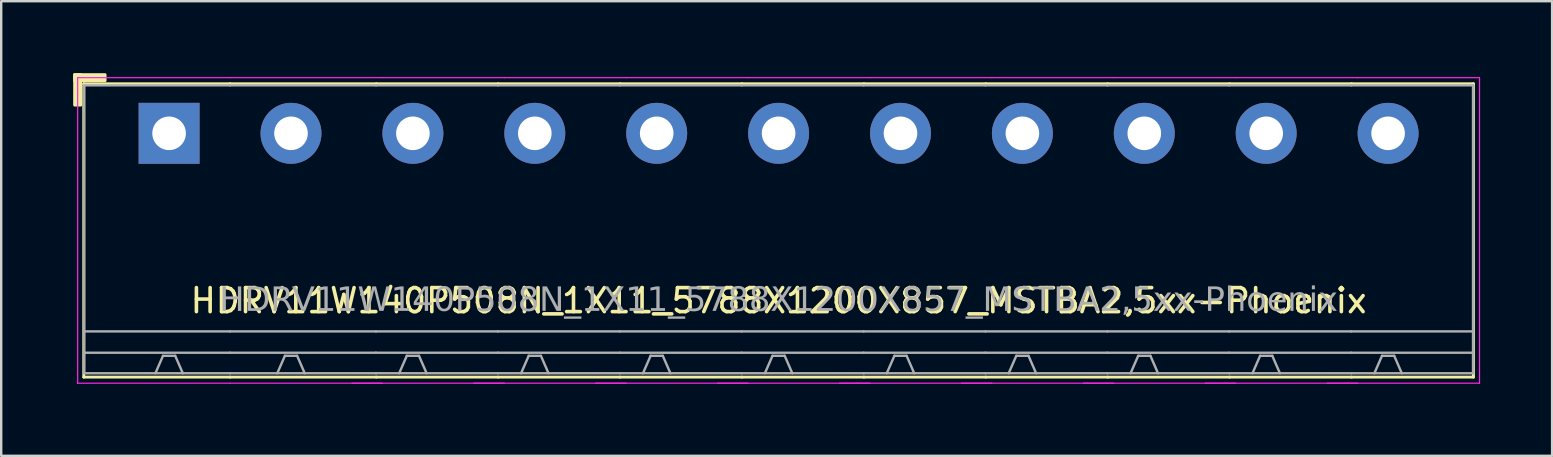
<source format=kicad_pcb>
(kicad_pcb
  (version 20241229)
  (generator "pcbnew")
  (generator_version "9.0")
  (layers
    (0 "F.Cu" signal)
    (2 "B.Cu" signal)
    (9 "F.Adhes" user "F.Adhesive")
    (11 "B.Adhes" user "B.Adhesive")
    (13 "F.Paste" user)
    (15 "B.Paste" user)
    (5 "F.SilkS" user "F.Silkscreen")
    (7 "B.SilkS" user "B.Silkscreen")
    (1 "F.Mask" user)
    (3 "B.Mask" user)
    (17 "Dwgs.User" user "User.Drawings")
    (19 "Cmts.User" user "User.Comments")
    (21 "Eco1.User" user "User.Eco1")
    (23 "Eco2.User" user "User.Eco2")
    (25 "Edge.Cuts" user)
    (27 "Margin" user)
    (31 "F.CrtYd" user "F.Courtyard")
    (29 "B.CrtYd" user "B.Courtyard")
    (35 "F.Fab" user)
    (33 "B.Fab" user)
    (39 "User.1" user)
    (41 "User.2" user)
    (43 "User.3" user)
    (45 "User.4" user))
  (footprint "HDRV11W140P508N_1X11_5788X1200X857_MSTBA2,5xx-Phoenix"
    (layer "F.Cu")
    (at 29.397 2.506)
    (property "Reference" "HDRV11W140P508N_1X11_5788X1200X857_MSTBA2,5xx-Phoenix" (at 0 6.975 0) (layer "F.SilkS") (effects (font (size 1 1) (thickness 0.15))))
    (attr through_hole)
    (fp_line (start -28.956 -2.065) (end -28.956 10.16) (stroke (width 0.12) (type solid)) (layer "F.SilkS"))
    (fp_line (start -28.956 10.16) (end -22.86 10.16) (stroke (width 0.12) (type solid)) (layer "F.SilkS"))
    (fp_line (start -22.86 -2.065) (end -28.956 -2.065) (stroke (width 0.12) (type solid)) (layer "F.SilkS"))
    (fp_line (start -22.86 -2.065) (end -16.764 -2.065) (stroke (width 0.12) (type solid)) (layer "F.SilkS"))
    (fp_line (start -16.764 -2.065) (end -11.684 -2.065) (stroke (width 0.12) (type solid)) (layer "F.SilkS"))
    (fp_line (start -16.764 10.16) (end -22.86 10.16) (stroke (width 0.12) (type solid)) (layer "F.SilkS"))
    (fp_line (start -11.684 -2.065) (end -6.604 -2.065) (stroke (width 0.12) (type solid)) (layer "F.SilkS"))
    (fp_line (start -11.684 10.16) (end -16.764 10.16) (stroke (width 0.12) (type solid)) (layer "F.SilkS"))
    (fp_line (start -6.604 -2.065) (end -1.524 -2.065) (stroke (width 0.12) (type solid)) (layer "F.SilkS"))
    (fp_line (start -6.604 10.16) (end -11.684 10.16) (stroke (width 0.12) (type solid)) (layer "F.SilkS"))
    (fp_line (start -1.524 -2.065) (end 3.556 -2.065) (stroke (width 0.12) (type solid)) (layer "F.SilkS"))
    (fp_line (start -1.524 10.16) (end -6.604 10.16) (stroke (width 0.12) (type solid)) (layer "F.SilkS"))
    (fp_line (start 3.556 -2.065) (end 8.636 -2.065) (stroke (width 0.12) (type solid)) (layer "F.SilkS"))
    (fp_line (start 3.556 10.16) (end -1.524 10.16) (stroke (width 0.12) (type solid)) (layer "F.SilkS"))
    (fp_line (start 8.636 -2.065) (end 13.716 -2.065) (stroke (width 0.12) (type solid)) (layer "F.SilkS"))
    (fp_line (start 8.636 10.16) (end 3.556 10.16) (stroke (width 0.12) (type solid)) (layer "F.SilkS"))
    (fp_line (start 13.716 -2.065) (end 18.796 -2.065) (stroke (width 0.12) (type solid)) (layer "F.SilkS"))
    (fp_line (start 13.716 10.16) (end 8.636 10.16) (stroke (width 0.12) (type solid)) (layer "F.SilkS"))
    (fp_line (start 18.796 -2.065) (end 23.876 -2.065) (stroke (width 0.12) (type solid)) (layer "F.SilkS"))
    (fp_line (start 18.796 10.16) (end 13.716 10.16) (stroke (width 0.12) (type solid)) (layer "F.SilkS"))
    (fp_line (start 23.876 -2.065) (end 28.956 -2.065) (stroke (width 0.12) (type solid)) (layer "F.SilkS"))
    (fp_line (start 23.876 10.16) (end 18.796 10.16) (stroke (width 0.12) (type solid)) (layer "F.SilkS"))
    (fp_line (start 28.956 -2.065) (end 28.956 10.16) (stroke (width 0.12) (type solid)) (layer "F.SilkS"))
    (fp_line (start 28.956 10.16) (end 23.876 10.16) (stroke (width 0.12) (type solid)) (layer "F.SilkS"))
    (fp_rect (start -29.337 -2.446) (end -29.083 -1.176) (stroke (width 0.12) (type solid)) (fill yes) (layer "F.SilkS"))
    (fp_rect (start -29.337 -2.446) (end -28.067 -2.192) (stroke (width 0.12) (type solid)) (fill yes) (layer "F.SilkS"))
    (fp_line (start -29.21 10.414) (end -29.21 -2.319) (stroke (width 0.05) (type solid)) (layer "F.CrtYd"))
    (fp_line (start -22.86 -2.319) (end -29.21 -2.319) (stroke (width 0.05) (type solid)) (layer "F.CrtYd"))
    (fp_line (start -22.86 -2.319) (end -16.51 -2.319) (stroke (width 0.05) (type solid)) (layer "F.CrtYd"))
    (fp_line (start -22.86 10.414) (end -29.21 10.414) (stroke (width 0.05) (type solid)) (layer "F.CrtYd"))
    (fp_line (start -22.86 10.414) (end -16.51 10.414) (stroke (width 0.05) (type solid)) (layer "F.CrtYd"))
    (fp_line (start -17.78 10.414) (end -11.43 10.414) (stroke (width 0.05) (type solid)) (layer "F.CrtYd"))
    (fp_line (start -16.51 -2.319) (end -11.43 -2.319) (stroke (width 0.05) (type solid)) (layer "F.CrtYd"))
    (fp_line (start -12.7 10.414) (end -6.35 10.414) (stroke (width 0.05) (type solid)) (layer "F.CrtYd"))
    (fp_line (start -11.43 -2.319) (end -6.35 -2.319) (stroke (width 0.05) (type solid)) (layer "F.CrtYd"))
    (fp_line (start -7.62 10.414) (end -1.27 10.414) (stroke (width 0.05) (type solid)) (layer "F.CrtYd"))
    (fp_line (start -6.35 -2.319) (end -1.27 -2.319) (stroke (width 0.05) (type solid)) (layer "F.CrtYd"))
    (fp_line (start -2.54 10.414) (end 3.81 10.414) (stroke (width 0.05) (type solid)) (layer "F.CrtYd"))
    (fp_line (start -1.27 -2.319) (end 3.81 -2.319) (stroke (width 0.05) (type solid)) (layer "F.CrtYd"))
    (fp_line (start 2.54 10.414) (end 8.89 10.414) (stroke (width 0.05) (type solid)) (layer "F.CrtYd"))
    (fp_line (start 3.81 -2.319) (end 8.89 -2.319) (stroke (width 0.05) (type solid)) (layer "F.CrtYd"))
    (fp_line (start 7.62 10.414) (end 13.97 10.414) (stroke (width 0.05) (type solid)) (layer "F.CrtYd"))
    (fp_line (start 8.89 -2.319) (end 13.97 -2.319) (stroke (width 0.05) (type solid)) (layer "F.CrtYd"))
    (fp_line (start 12.7 10.414) (end 19.05 10.414) (stroke (width 0.05) (type solid)) (layer "F.CrtYd"))
    (fp_line (start 13.97 -2.319) (end 19.05 -2.319) (stroke (width 0.05) (type solid)) (layer "F.CrtYd"))
    (fp_line (start 17.78 10.414) (end 24.13 10.414) (stroke (width 0.05) (type solid)) (layer "F.CrtYd"))
    (fp_line (start 19.05 -2.319) (end 24.13 -2.319) (stroke (width 0.05) (type solid)) (layer "F.CrtYd"))
    (fp_line (start 22.86 10.414) (end 29.21 10.414) (stroke (width 0.05) (type solid)) (layer "F.CrtYd"))
    (fp_line (start 24.13 -2.319) (end 29.21 -2.319) (stroke (width 0.05) (type solid)) (layer "F.CrtYd"))
    (fp_line (start 29.21 10.414) (end 29.21 -2.319) (stroke (width 0.05) (type solid)) (layer "F.CrtYd"))
    (fp_line (start -28.94 -2) (end -28.94 10) (stroke (width 0.1) (type solid)) (layer "F.Fab"))
    (fp_line (start -25.654 9.271) (end -25.971 10) (stroke (width 0.1) (type default)) (layer "F.Fab"))
    (fp_line (start -25.146 9.271) (end -25.654 9.271) (stroke (width 0.1) (type default)) (layer "F.Fab"))
    (fp_line (start -25.146 9.271) (end -24.828 10) (stroke (width 0.1) (type default)) (layer "F.Fab"))
    (fp_line (start -22.86 -2) (end -28.94 -2) (stroke (width 0.1) (type solid)) (layer "F.Fab"))
    (fp_line (start -22.86 -2) (end -16.78 -2) (stroke (width 0.1) (type solid)) (layer "F.Fab"))
    (fp_line (start -22.86 8.255) (end -28.94 8.255) (stroke (width 0.1) (type solid)) (layer "F.Fab"))
    (fp_line (start -22.86 8.255) (end -16.78 8.255) (stroke (width 0.1) (type solid)) (layer "F.Fab"))
    (fp_line (start -22.86 9.144) (end -28.94 9.144) (stroke (width 0.1) (type solid)) (layer "F.Fab"))
    (fp_line (start -22.86 9.144) (end -16.78 9.144) (stroke (width 0.1) (type solid)) (layer "F.Fab"))
    (fp_line (start -22.86 10) (end -28.94 10) (stroke (width 0.1) (type solid)) (layer "F.Fab"))
    (fp_line (start -22.86 10) (end -16.78 10) (stroke (width 0.1) (type solid)) (layer "F.Fab"))
    (fp_line (start -20.574 9.271) (end -20.892 10) (stroke (width 0.1) (type default)) (layer "F.Fab"))
    (fp_line (start -20.066 9.271) (end -20.574 9.271) (stroke (width 0.1) (type default)) (layer "F.Fab"))
    (fp_line (start -20.066 9.271) (end -19.748 10) (stroke (width 0.1) (type default)) (layer "F.Fab"))
    (fp_line (start -16.78 -2) (end -11.7 -2) (stroke (width 0.1) (type solid)) (layer "F.Fab"))
    (fp_line (start -16.78 8.255) (end -11.7 8.255) (stroke (width 0.1) (type solid)) (layer "F.Fab"))
    (fp_line (start -16.78 9.144) (end -11.7 9.144) (stroke (width 0.1) (type solid)) (layer "F.Fab"))
    (fp_line (start -16.78 10) (end -11.7 10) (stroke (width 0.1) (type solid)) (layer "F.Fab"))
    (fp_line (start -15.494 9.271) (end -15.812 10) (stroke (width 0.1) (type default)) (layer "F.Fab"))
    (fp_line (start -14.986 9.271) (end -15.494 9.271) (stroke (width 0.1) (type default)) (layer "F.Fab"))
    (fp_line (start -14.986 9.271) (end -14.668 10) (stroke (width 0.1) (type default)) (layer "F.Fab"))
    (fp_line (start -11.7 -2) (end -6.62 -2) (stroke (width 0.1) (type solid)) (layer "F.Fab"))
    (fp_line (start -11.7 8.255) (end -6.62 8.255) (stroke (width 0.1) (type solid)) (layer "F.Fab"))
    (fp_line (start -11.7 9.144) (end -6.62 9.144) (stroke (width 0.1) (type solid)) (layer "F.Fab"))
    (fp_line (start -11.7 10) (end -6.62 10) (stroke (width 0.1) (type solid)) (layer "F.Fab"))
    (fp_line (start -10.414 9.271) (end -10.732 10) (stroke (width 0.1) (type default)) (layer "F.Fab"))
    (fp_line (start -9.906 9.271) (end -10.414 9.271) (stroke (width 0.1) (type default)) (layer "F.Fab"))
    (fp_line (start -9.906 9.271) (end -9.588 10) (stroke (width 0.1) (type default)) (layer "F.Fab"))
    (fp_line (start -6.62 -2) (end -1.54 -2) (stroke (width 0.1) (type solid)) (layer "F.Fab"))
    (fp_line (start -6.62 8.255) (end -1.54 8.255) (stroke (width 0.1) (type solid)) (layer "F.Fab"))
    (fp_line (start -6.62 9.144) (end -1.54 9.144) (stroke (width 0.1) (type solid)) (layer "F.Fab"))
    (fp_line (start -6.62 10) (end -1.54 10) (stroke (width 0.1) (type solid)) (layer "F.Fab"))
    (fp_line (start -5.334 9.271) (end -5.652 10) (stroke (width 0.1) (type default)) (layer "F.Fab"))
    (fp_line (start -4.826 9.271) (end -5.334 9.271) (stroke (width 0.1) (type default)) (layer "F.Fab"))
    (fp_line (start -4.826 9.271) (end -4.508 10) (stroke (width 0.1) (type default)) (layer "F.Fab"))
    (fp_line (start -1.54 -2) (end 3.54 -2) (stroke (width 0.1) (type solid)) (layer "F.Fab"))
    (fp_line (start -1.54 8.255) (end 3.54 8.255) (stroke (width 0.1) (type solid)) (layer "F.Fab"))
    (fp_line (start -1.54 9.144) (end 3.54 9.144) (stroke (width 0.1) (type solid)) (layer "F.Fab"))
    (fp_line (start -1.54 10) (end 3.54 10) (stroke (width 0.1) (type solid)) (layer "F.Fab"))
    (fp_line (start -0.254 9.271) (end -0.572 10) (stroke (width 0.1) (type default)) (layer "F.Fab"))
    (fp_line (start 0.254 9.271) (end -0.254 9.271) (stroke (width 0.1) (type default)) (layer "F.Fab"))
    (fp_line (start 0.254 9.271) (end 0.572 10) (stroke (width 0.1) (type default)) (layer "F.Fab"))
    (fp_line (start 3.54 -2) (end 8.62 -2) (stroke (width 0.1) (type solid)) (layer "F.Fab"))
    (fp_line (start 3.54 8.255) (end 8.62 8.255) (stroke (width 0.1) (type solid)) (layer "F.Fab"))
    (fp_line (start 3.54 9.144) (end 8.62 9.144) (stroke (width 0.1) (type solid)) (layer "F.Fab"))
    (fp_line (start 3.54 10) (end 8.62 10) (stroke (width 0.1) (type solid)) (layer "F.Fab"))
    (fp_line (start 4.826 9.271) (end 4.508 10) (stroke (width 0.1) (type default)) (layer "F.Fab"))
    (fp_line (start 5.334 9.271) (end 4.826 9.271) (stroke (width 0.1) (type default)) (layer "F.Fab"))
    (fp_line (start 5.334 9.271) (end 5.652 10) (stroke (width 0.1) (type default)) (layer "F.Fab"))
    (fp_line (start 8.62 -2) (end 13.7 -2) (stroke (width 0.1) (type solid)) (layer "F.Fab"))
    (fp_line (start 8.62 8.255) (end 13.7 8.255) (stroke (width 0.1) (type solid)) (layer "F.Fab"))
    (fp_line (start 8.62 9.144) (end 13.7 9.144) (stroke (width 0.1) (type solid)) (layer "F.Fab"))
    (fp_line (start 8.62 10) (end 13.7 10) (stroke (width 0.1) (type solid)) (layer "F.Fab"))
    (fp_line (start 9.906 9.271) (end 9.588 10) (stroke (width 0.1) (type default)) (layer "F.Fab"))
    (fp_line (start 10.414 9.271) (end 9.906 9.271) (stroke (width 0.1) (type default)) (layer "F.Fab"))
    (fp_line (start 10.414 9.271) (end 10.732 10) (stroke (width 0.1) (type default)) (layer "F.Fab"))
    (fp_line (start 13.7 -2) (end 18.78 -2) (stroke (width 0.1) (type solid)) (layer "F.Fab"))
    (fp_line (start 13.7 8.255) (end 18.78 8.255) (stroke (width 0.1) (type solid)) (layer "F.Fab"))
    (fp_line (start 13.7 9.144) (end 18.78 9.144) (stroke (width 0.1) (type solid)) (layer "F.Fab"))
    (fp_line (start 13.7 10) (end 18.78 10) (stroke (width 0.1) (type solid)) (layer "F.Fab"))
    (fp_line (start 14.986 9.271) (end 14.668 10) (stroke (width 0.1) (type default)) (layer "F.Fab"))
    (fp_line (start 15.494 9.271) (end 14.986 9.271) (stroke (width 0.1) (type default)) (layer "F.Fab"))
    (fp_line (start 15.494 9.271) (end 15.812 10) (stroke (width 0.1) (type default)) (layer "F.Fab"))
    (fp_line (start 18.78 -2) (end 23.86 -2) (stroke (width 0.1) (type solid)) (layer "F.Fab"))
    (fp_line (start 18.78 8.255) (end 23.86 8.255) (stroke (width 0.1) (type solid)) (layer "F.Fab"))
    (fp_line (start 18.78 9.144) (end 23.86 9.144) (stroke (width 0.1) (type solid)) (layer "F.Fab"))
    (fp_line (start 18.78 10) (end 23.86 10) (stroke (width 0.1) (type solid)) (layer "F.Fab"))
    (fp_line (start 20.066 9.271) (end 19.748 10) (stroke (width 0.1) (type default)) (layer "F.Fab"))
    (fp_line (start 20.574 9.271) (end 20.066 9.271) (stroke (width 0.1) (type default)) (layer "F.Fab"))
    (fp_line (start 20.574 9.271) (end 20.892 10) (stroke (width 0.1) (type default)) (layer "F.Fab"))
    (fp_line (start 23.86 -2) (end 28.94 -2) (stroke (width 0.1) (type solid)) (layer "F.Fab"))
    (fp_line (start 23.86 8.255) (end 28.94 8.255) (stroke (width 0.1) (type solid)) (layer "F.Fab"))
    (fp_line (start 23.86 9.144) (end 28.94 9.144) (stroke (width 0.1) (type solid)) (layer "F.Fab"))
    (fp_line (start 23.86 10) (end 28.94 10) (stroke (width 0.1) (type solid)) (layer "F.Fab"))
    (fp_line (start 25.146 9.271) (end 24.828 10) (stroke (width 0.1) (type default)) (layer "F.Fab"))
    (fp_line (start 25.654 9.271) (end 25.146 9.271) (stroke (width 0.1) (type default)) (layer "F.Fab"))
    (fp_line (start 25.654 9.271) (end 25.971 10) (stroke (width 0.1) (type default)) (layer "F.Fab"))
    (fp_line (start 28.94 -2) (end 28.94 10) (stroke (width 0.1) (type solid)) (layer "F.Fab"))
    (fp_rect (start -25.654 -0.254) (end -25.146 0.254) (stroke (width 0.1) (type solid)) (fill no) (layer "F.Fab"))
    (fp_rect (start -20.066 -0.254) (end -20.574 0.254) (stroke (width 0.1) (type solid)) (fill no) (layer "F.Fab"))
    (fp_rect (start -14.986 -0.254) (end -15.494 0.254) (stroke (width 0.1) (type solid)) (fill no) (layer "F.Fab"))
    (fp_rect (start -9.906 -0.254) (end -10.414 0.254) (stroke (width 0.1) (type solid)) (fill no) (layer "F.Fab"))
    (fp_rect (start -4.826 -0.254) (end -5.334 0.254) (stroke (width 0.1) (type solid)) (fill no) (layer "F.Fab"))
    (fp_rect (start 0.254 -0.254) (end -0.254 0.254) (stroke (width 0.1) (type solid)) (fill no) (layer "F.Fab"))
    (fp_rect (start 5.334 -0.254) (end 4.826 0.254) (stroke (width 0.1) (type solid)) (fill no) (layer "F.Fab"))
    (fp_rect (start 10.414 -0.254) (end 9.906 0.254) (stroke (width 0.1) (type solid)) (fill no) (layer "F.Fab"))
    (fp_rect (start 15.494 -0.254) (end 14.986 0.254) (stroke (width 0.1) (type solid)) (fill no) (layer "F.Fab"))
    (fp_rect (start 20.574 -0.254) (end 20.066 0.254) (stroke (width 0.1) (type solid)) (fill no) (layer "F.Fab"))
    (fp_rect (start 25.654 -0.254) (end 25.146 0.254) (stroke (width 0.1) (type solid)) (fill no) (layer "F.Fab"))
    (fp_text user "${REFERENCE}" (at 0 6.985 0) (layer "F.Fab") (effects (font (face "Tahoma") (size 1 1) (thickness 0.15))))
    (pad "1" thru_hole rect (at -25.4 0) (size 2.54 2.54) (drill 1.4) (layers "*.Cu" "*.Mask"))
    (pad "2" thru_hole circle (at -20.32 0) (size 2.54 2.54) (drill 1.4) (layers "*.Cu" "*.Mask"))
    (pad "3" thru_hole circle (at -15.24 0) (size 2.54 2.54) (drill 1.4) (layers "*.Cu" "*.Mask"))
    (pad "4" thru_hole circle (at -10.16 0) (size 2.54 2.54) (drill 1.4) (layers "*.Cu" "*.Mask"))
    (pad "5" thru_hole circle (at -5.08 0) (size 2.54 2.54) (drill 1.4) (layers "*.Cu" "*.Mask"))
    (pad "6" thru_hole circle (at 0 0) (size 2.54 2.54) (drill 1.4) (layers "*.Cu" "*.Mask"))
    (pad "7" thru_hole circle (at 5.08 0) (size 2.54 2.54) (drill 1.4) (layers "*.Cu" "*.Mask"))
    (pad "8" thru_hole circle (at 10.16 0) (size 2.54 2.54) (drill 1.4) (layers "*.Cu" "*.Mask"))
    (pad "9" thru_hole circle (at 15.24 0) (size 2.54 2.54) (drill 1.4) (layers "*.Cu" "*.Mask"))
    (pad "10" thru_hole circle (at 20.32 0) (size 2.54 2.54) (drill 1.4) (layers "*.Cu" "*.Mask"))
    (pad "11" thru_hole circle (at 25.4 0) (size 2.54 2.54) (drill 1.4) (layers "*.Cu" "*.Mask")))
  (gr_rect
    (start -3 -3)
    (end 61.632 15.945)
    (stroke (width 0.1) (type default))
    (fill no)
    (layer "Edge.Cuts")))
</source>
